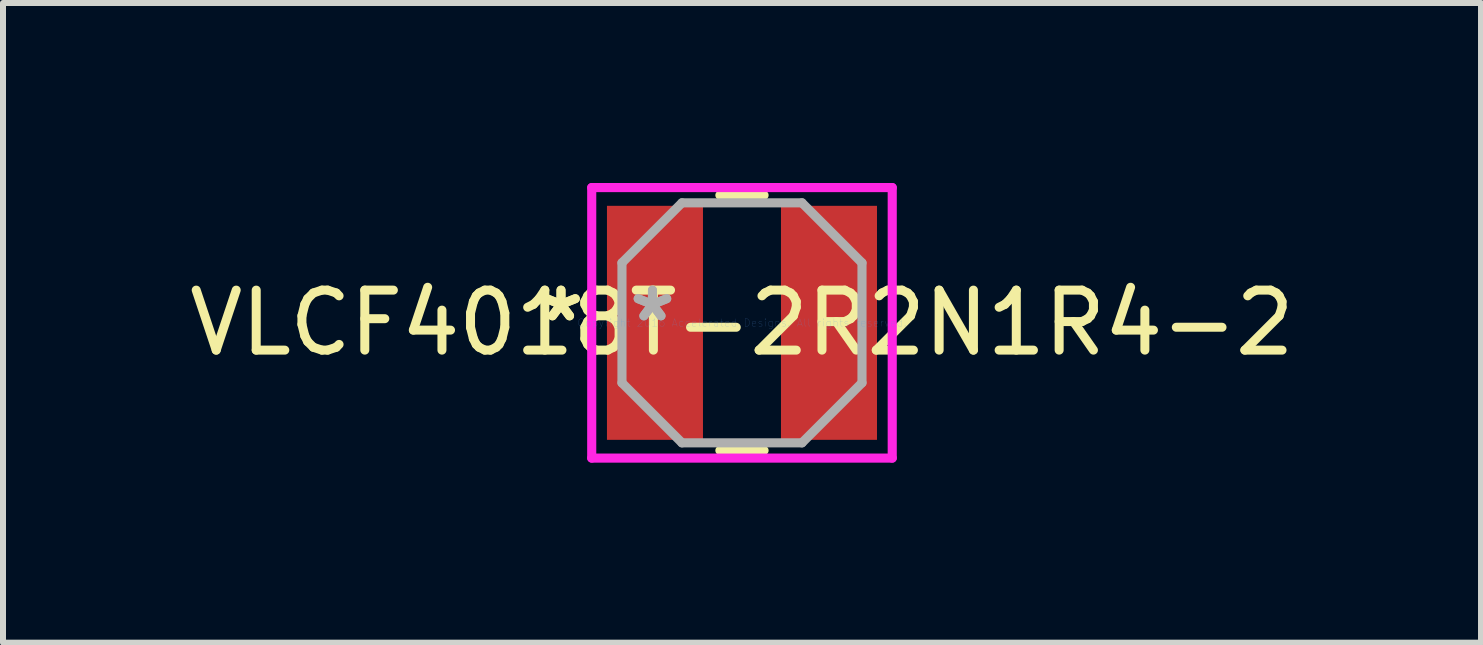
<source format=kicad_pcb>
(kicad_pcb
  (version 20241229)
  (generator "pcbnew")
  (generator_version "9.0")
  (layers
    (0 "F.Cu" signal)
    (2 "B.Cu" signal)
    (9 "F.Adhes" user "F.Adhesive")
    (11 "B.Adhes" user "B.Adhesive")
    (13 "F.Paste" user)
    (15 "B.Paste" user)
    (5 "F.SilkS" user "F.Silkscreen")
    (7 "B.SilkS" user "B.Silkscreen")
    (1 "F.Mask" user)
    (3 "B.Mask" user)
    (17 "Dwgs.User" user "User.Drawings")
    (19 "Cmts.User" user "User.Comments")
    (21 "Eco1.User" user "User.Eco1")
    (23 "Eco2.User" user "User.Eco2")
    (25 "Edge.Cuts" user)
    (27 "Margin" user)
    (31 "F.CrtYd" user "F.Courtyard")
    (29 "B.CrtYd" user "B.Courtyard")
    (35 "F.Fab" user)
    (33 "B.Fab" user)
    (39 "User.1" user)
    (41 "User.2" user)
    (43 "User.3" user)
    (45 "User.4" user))
  (footprint "VLCF4018T-2R2N1R4-2"
    (layer "F.Cu")
    (at 9.315 2.33)
    (property "Reference" "VLCF4018T-2R2N1R4-2" (at 0 0 0) (layer "F.SilkS") (effects (font (size 1 1) (thickness 0.15))))
    (attr through_hole)
    (fp_line (start -0.368 2.127) (end 0.368 2.127) (stroke (width 0.152) (type solid)) (layer "F.SilkS"))
    (fp_line (start 0.368 -2.127) (end -0.368 -2.127) (stroke (width 0.152) (type solid)) (layer "F.SilkS"))
    (fp_line (start -2.504 -2.254) (end 2.504 -2.254) (stroke (width 0.152) (type solid)) (layer "F.CrtYd"))
    (fp_line (start -2.504 2.254) (end -2.504 -2.254) (stroke (width 0.152) (type solid)) (layer "F.CrtYd"))
    (fp_line (start 2.504 -2.254) (end 2.504 2.254) (stroke (width 0.152) (type solid)) (layer "F.CrtYd"))
    (fp_line (start 2.504 2.254) (end -2.504 2.254) (stroke (width 0.152) (type solid)) (layer "F.CrtYd"))
    (fp_line (start -2 -1) (end -2 1) (stroke (width 0.152) (type solid)) (layer "F.Fab"))
    (fp_line (start -2 1) (end -1 2) (stroke (width 0.152) (type solid)) (layer "F.Fab"))
    (fp_line (start -1 -2) (end -2 -1) (stroke (width 0.152) (type solid)) (layer "F.Fab"))
    (fp_line (start -1 2) (end 1 2) (stroke (width 0.152) (type solid)) (layer "F.Fab"))
    (fp_line (start 1 -2) (end -1 -2) (stroke (width 0.152) (type solid)) (layer "F.Fab"))
    (fp_line (start 1 2) (end 2 1) (stroke (width 0.152) (type solid)) (layer "F.Fab"))
    (fp_line (start 2 -1) (end 1 -2) (stroke (width 0.152) (type solid)) (layer "F.Fab"))
    (fp_line (start 2 1) (end 2 -1) (stroke (width 0.152) (type solid)) (layer "F.Fab"))
    (fp_text user "*" (at -3.016 0 0) (layer "F.SilkS") (effects (font (size 1 1) (thickness 0.15))))
    (fp_text user "*" (at -3.016 0 0) (layer "F.SilkS") (effects (font (size 1 1) (thickness 0.15))))
    (fp_text user "Copyright 2016 Accelerated Designs. All rights reserved." (at 0 0 0) (layer "Cmts.User") (effects (font (size 0.127 0.127) (thickness 0.002))))
    (fp_text user "*" (at -1.492 0 0) (layer "F.Fab") (effects (font (size 1 1) (thickness 0.15))))
    (fp_text user "*" (at -1.492 0 0) (layer "F.Fab") (effects (font (size 1 1) (thickness 0.15))))
    (pad "1" smd rect (at -1.45 0) (size 1.6 3.9) (layers "F.Cu" "F.Mask" "F.Paste"))
    (pad "2" smd rect (at 1.45 0) (size 1.6 3.9) (layers "F.Cu" "F.Mask" "F.Paste")))
  (gr_rect
    (start -3 -3)
    (end 21.631 7.66)
    (stroke (width 0.1) (type default))
    (fill no)
    (layer "Edge.Cuts")))
</source>
